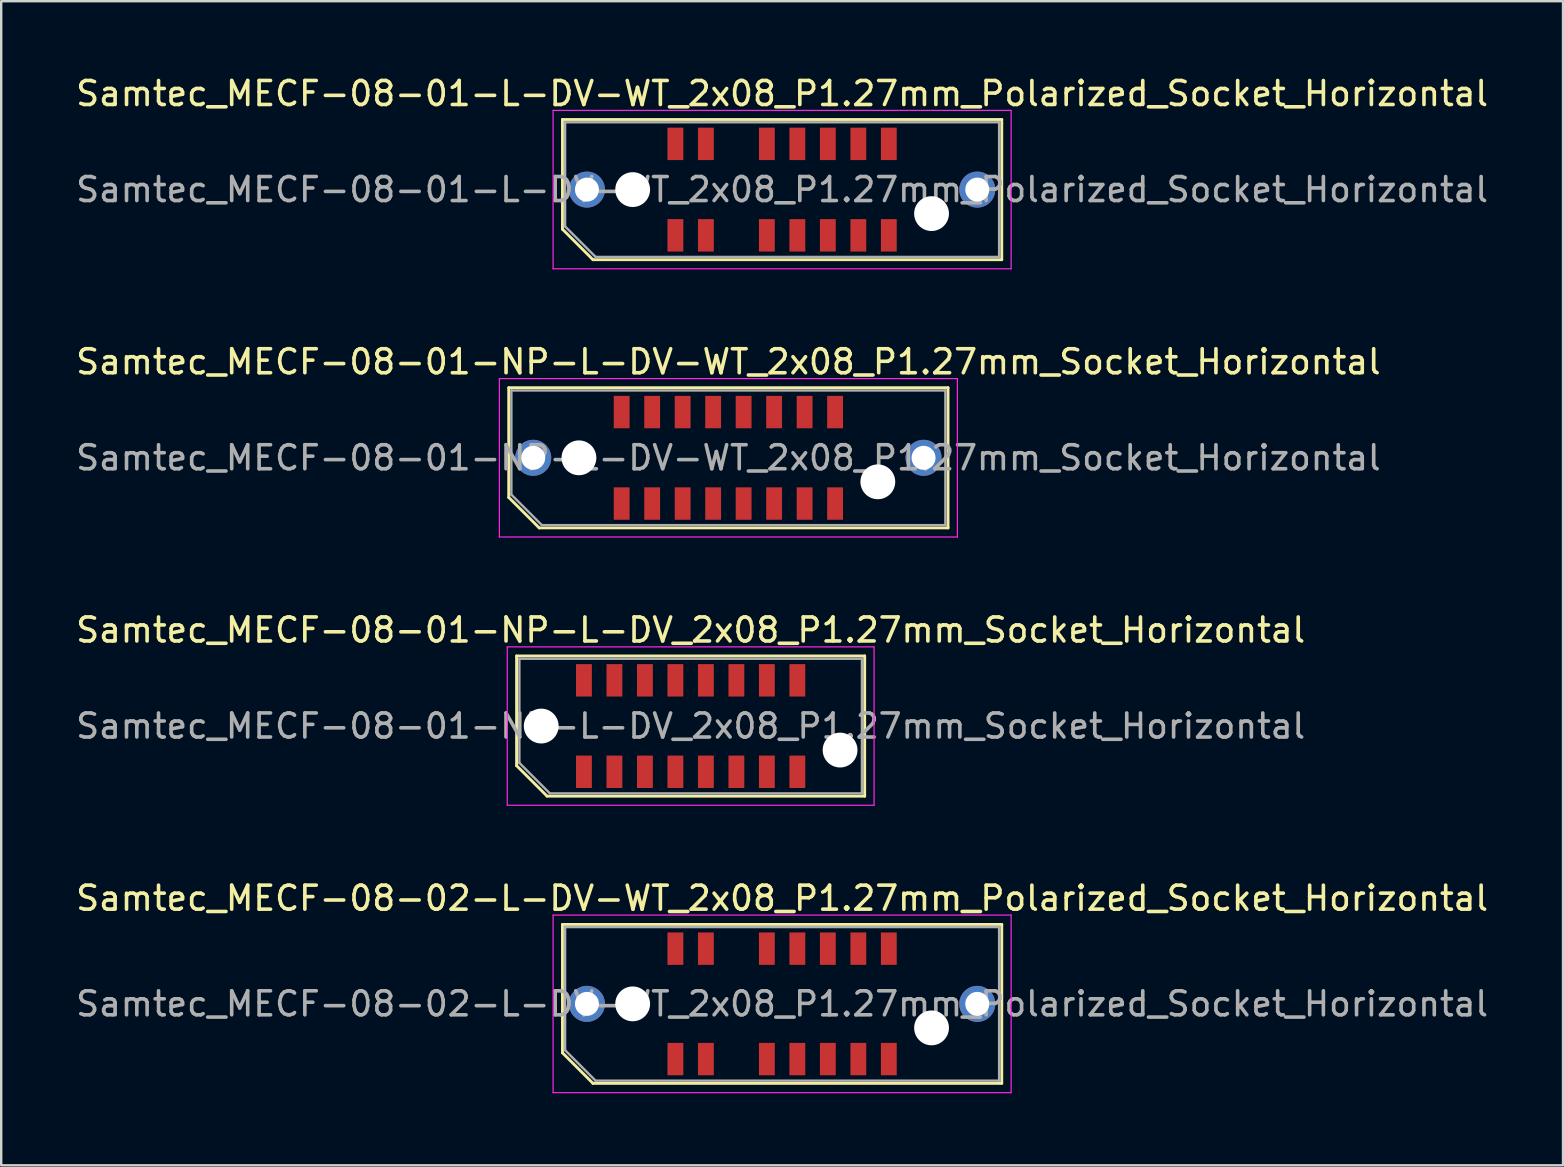
<source format=kicad_pcb>
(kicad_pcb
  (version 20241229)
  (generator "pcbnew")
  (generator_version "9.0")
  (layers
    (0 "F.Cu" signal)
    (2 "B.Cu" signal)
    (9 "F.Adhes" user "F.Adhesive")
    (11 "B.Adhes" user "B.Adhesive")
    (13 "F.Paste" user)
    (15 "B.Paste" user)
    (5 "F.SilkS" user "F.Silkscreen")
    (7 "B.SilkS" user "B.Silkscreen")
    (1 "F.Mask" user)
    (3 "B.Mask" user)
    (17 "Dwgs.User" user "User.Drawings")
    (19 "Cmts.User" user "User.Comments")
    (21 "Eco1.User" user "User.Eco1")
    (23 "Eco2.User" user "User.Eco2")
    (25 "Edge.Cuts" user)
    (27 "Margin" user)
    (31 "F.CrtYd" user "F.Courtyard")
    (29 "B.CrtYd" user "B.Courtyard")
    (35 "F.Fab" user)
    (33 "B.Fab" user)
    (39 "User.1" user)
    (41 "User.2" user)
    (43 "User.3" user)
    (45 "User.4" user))
  (footprint "Samtec_MECF-08-01-NP-L-DV-WT_2x08_P1.27mm_Socket_Horizontal"
    (layer "F.Cu")
    (at 27.292 16.021)
    (property "Reference" "Samtec_MECF-08-01-NP-L-DV-WT_2x08_P1.27mm_Socket_Horizontal" (at 0 -4 0) (layer "F.SilkS") (effects (font (size 1 1) (thickness 0.15))))
    (attr smd)
    (fp_line (start -9.15 -2.92) (end 9.15 -2.92) (stroke (width 0.12) (type solid)) (layer "F.SilkS"))
    (fp_line (start -9.15 1.65) (end -9.15 -2.92) (stroke (width 0.12) (type solid)) (layer "F.SilkS"))
    (fp_line (start -7.88 2.92) (end -9.15 1.65) (stroke (width 0.12) (type solid)) (layer "F.SilkS"))
    (fp_line (start -7.88 2.92) (end 9.15 2.92) (stroke (width 0.12) (type solid)) (layer "F.SilkS"))
    (fp_line (start 9.15 2.92) (end 9.15 -2.92) (stroke (width 0.12) (type solid)) (layer "F.SilkS"))
    (fp_line (start -9.54 -3.3) (end -9.54 3.3) (stroke (width 0.05) (type solid)) (layer "F.CrtYd"))
    (fp_line (start -9.54 3.3) (end 9.54 3.3) (stroke (width 0.05) (type solid)) (layer "F.CrtYd"))
    (fp_line (start 9.54 -3.3) (end -9.54 -3.3) (stroke (width 0.05) (type solid)) (layer "F.CrtYd"))
    (fp_line (start 9.54 3.3) (end 9.54 -3.3) (stroke (width 0.05) (type solid)) (layer "F.CrtYd"))
    (fp_line (start -9.04 -2.805) (end 9.04 -2.805) (stroke (width 0.1) (type solid)) (layer "F.Fab"))
    (fp_line (start -9.04 1.535) (end -9.04 -2.805) (stroke (width 0.1) (type solid)) (layer "F.Fab"))
    (fp_line (start -9.04 1.535) (end -7.77 2.805) (stroke (width 0.1) (type solid)) (layer "F.Fab"))
    (fp_line (start -7.77 2.805) (end 9.04 2.805) (stroke (width 0.1) (type solid)) (layer "F.Fab"))
    (fp_line (start 9.04 2.805) (end 9.04 -2.805) (stroke (width 0.1) (type solid)) (layer "F.Fab"))
    (fp_text user "${REFERENCE}" (at 0 0 0) (layer "F.Fab") (effects (font (size 1 1) (thickness 0.15))))
    (pad "" thru_hole circle (at -8.13 0) (size 1.5 1.5) (drill 1) (layers "*.Cu" "*.Mask"))
    (pad "" np_thru_hole circle (at -6.225 0) (size 1.45 1.45) (drill 1.45) (layers "*.Cu" "*.Mask"))
    (pad "" np_thru_hole circle (at 6.225 1) (size 1.45 1.45) (drill 1.45) (layers "*.Cu" "*.Mask"))
    (pad "" thru_hole circle (at 8.13 0) (size 1.5 1.5) (drill 1) (layers "*.Cu" "*.Mask"))
    (pad "1" smd rect (at -4.445 1.905) (size 0.66 1.35) (layers "F.Cu" "F.Mask" "F.Paste"))
    (pad "2" smd rect (at -4.445 -1.905) (size 0.66 1.35) (layers "F.Cu" "F.Mask" "F.Paste"))
    (pad "3" smd rect (at -3.175 1.905) (size 0.66 1.35) (layers "F.Cu" "F.Mask" "F.Paste"))
    (pad "4" smd rect (at -3.175 -1.905) (size 0.66 1.35) (layers "F.Cu" "F.Mask" "F.Paste"))
    (pad "5" smd rect (at -1.905 1.905) (size 0.66 1.35) (layers "F.Cu" "F.Mask" "F.Paste"))
    (pad "6" smd rect (at -1.905 -1.905) (size 0.66 1.35) (layers "F.Cu" "F.Mask" "F.Paste"))
    (pad "7" smd rect (at -0.635 1.905) (size 0.66 1.35) (layers "F.Cu" "F.Mask" "F.Paste"))
    (pad "8" smd rect (at -0.635 -1.905) (size 0.66 1.35) (layers "F.Cu" "F.Mask" "F.Paste"))
    (pad "9" smd rect (at 0.635 1.905) (size 0.66 1.35) (layers "F.Cu" "F.Mask" "F.Paste"))
    (pad "10" smd rect (at 0.635 -1.905) (size 0.66 1.35) (layers "F.Cu" "F.Mask" "F.Paste"))
    (pad "11" smd rect (at 1.905 1.905) (size 0.66 1.35) (layers "F.Cu" "F.Mask" "F.Paste"))
    (pad "12" smd rect (at 1.905 -1.905) (size 0.66 1.35) (layers "F.Cu" "F.Mask" "F.Paste"))
    (pad "13" smd rect (at 3.175 1.905) (size 0.66 1.35) (layers "F.Cu" "F.Mask" "F.Paste"))
    (pad "14" smd rect (at 3.175 -1.905) (size 0.66 1.35) (layers "F.Cu" "F.Mask" "F.Paste"))
    (pad "15" smd rect (at 4.445 1.905) (size 0.66 1.35) (layers "F.Cu" "F.Mask" "F.Paste"))
    (pad "16" smd rect (at 4.445 -1.905) (size 0.66 1.35) (layers "F.Cu" "F.Mask" "F.Paste")))
  (footprint "Samtec_MECF-08-02-L-DV-WT_2x08_P1.27mm_Polarized_Socket_Horizontal"
    (layer "F.Cu")
    (at 29.53 38.768)
    (property "Reference" "Samtec_MECF-08-02-L-DV-WT_2x08_P1.27mm_Polarized_Socket_Horizontal" (at 0 -4.4 0) (layer "F.SilkS") (effects (font (size 1 1) (thickness 0.15))))
    (attr smd)
    (fp_line (start -9.15 -3.31) (end 9.15 -3.31) (stroke (width 0.12) (type solid)) (layer "F.SilkS"))
    (fp_line (start -9.15 2.04) (end -9.15 -3.31) (stroke (width 0.12) (type solid)) (layer "F.SilkS"))
    (fp_line (start -7.88 3.31) (end -9.15 2.04) (stroke (width 0.12) (type solid)) (layer "F.SilkS"))
    (fp_line (start -7.88 3.31) (end 9.15 3.31) (stroke (width 0.12) (type solid)) (layer "F.SilkS"))
    (fp_line (start 9.15 3.31) (end 9.15 -3.31) (stroke (width 0.12) (type solid)) (layer "F.SilkS"))
    (fp_line (start -9.54 -3.7) (end -9.54 3.7) (stroke (width 0.05) (type solid)) (layer "F.CrtYd"))
    (fp_line (start -9.54 3.7) (end 9.54 3.7) (stroke (width 0.05) (type solid)) (layer "F.CrtYd"))
    (fp_line (start 9.54 -3.7) (end -9.54 -3.7) (stroke (width 0.05) (type solid)) (layer "F.CrtYd"))
    (fp_line (start 9.54 3.7) (end 9.54 -3.7) (stroke (width 0.05) (type solid)) (layer "F.CrtYd"))
    (fp_line (start -9.04 -3.2) (end 9.04 -3.2) (stroke (width 0.1) (type solid)) (layer "F.Fab"))
    (fp_line (start -9.04 1.93) (end -9.04 -3.2) (stroke (width 0.1) (type solid)) (layer "F.Fab"))
    (fp_line (start -9.04 1.93) (end -7.77 3.2) (stroke (width 0.1) (type solid)) (layer "F.Fab"))
    (fp_line (start -7.77 3.2) (end 9.04 3.2) (stroke (width 0.1) (type solid)) (layer "F.Fab"))
    (fp_line (start 9.04 3.2) (end 9.04 -3.2) (stroke (width 0.1) (type solid)) (layer "F.Fab"))
    (fp_text user "${REFERENCE}" (at 0 0 0) (layer "F.Fab") (effects (font (size 1 1) (thickness 0.15))))
    (pad "" thru_hole circle (at -8.13 0) (size 1.5 1.5) (drill 1) (layers "*.Cu" "*.Mask"))
    (pad "" np_thru_hole circle (at -6.225 0) (size 1.45 1.45) (drill 1.45) (layers "*.Cu" "*.Mask"))
    (pad "" np_thru_hole circle (at 6.225 1) (size 1.45 1.45) (drill 1.45) (layers "*.Cu" "*.Mask"))
    (pad "" thru_hole circle (at 8.13 0) (size 1.5 1.5) (drill 1) (layers "*.Cu" "*.Mask"))
    (pad "1" smd rect (at -4.445 2.3) (size 0.66 1.35) (layers "F.Cu" "F.Mask" "F.Paste"))
    (pad "2" smd rect (at -4.445 -2.3) (size 0.66 1.35) (layers "F.Cu" "F.Mask" "F.Paste"))
    (pad "3" smd rect (at -3.175 2.3) (size 0.66 1.35) (layers "F.Cu" "F.Mask" "F.Paste"))
    (pad "4" smd rect (at -3.175 -2.3) (size 0.66 1.35) (layers "F.Cu" "F.Mask" "F.Paste"))
    (pad "7" smd rect (at -0.635 2.3) (size 0.66 1.35) (layers "F.Cu" "F.Mask" "F.Paste"))
    (pad "8" smd rect (at -0.635 -2.3) (size 0.66 1.35) (layers "F.Cu" "F.Mask" "F.Paste"))
    (pad "9" smd rect (at 0.635 2.3) (size 0.66 1.35) (layers "F.Cu" "F.Mask" "F.Paste"))
    (pad "10" smd rect (at 0.635 -2.3) (size 0.66 1.35) (layers "F.Cu" "F.Mask" "F.Paste"))
    (pad "11" smd rect (at 1.905 2.3) (size 0.66 1.35) (layers "F.Cu" "F.Mask" "F.Paste"))
    (pad "12" smd rect (at 1.905 -2.3) (size 0.66 1.35) (layers "F.Cu" "F.Mask" "F.Paste"))
    (pad "13" smd rect (at 3.175 2.3) (size 0.66 1.35) (layers "F.Cu" "F.Mask" "F.Paste"))
    (pad "14" smd rect (at 3.175 -2.3) (size 0.66 1.35) (layers "F.Cu" "F.Mask" "F.Paste"))
    (pad "15" smd rect (at 4.445 2.3) (size 0.66 1.35) (layers "F.Cu" "F.Mask" "F.Paste"))
    (pad "16" smd rect (at 4.445 -2.3) (size 0.66 1.35) (layers "F.Cu" "F.Mask" "F.Paste")))
  (footprint "Samtec_MECF-08-01-L-DV-WT_2x08_P1.27mm_Polarized_Socket_Horizontal"
    (layer "F.Cu")
    (at 29.53 4.848)
    (property "Reference" "Samtec_MECF-08-01-L-DV-WT_2x08_P1.27mm_Polarized_Socket_Horizontal" (at 0 -4 0) (layer "F.SilkS") (effects (font (size 1 1) (thickness 0.15))))
    (attr smd)
    (fp_line (start -9.15 -2.92) (end 9.15 -2.92) (stroke (width 0.12) (type solid)) (layer "F.SilkS"))
    (fp_line (start -9.15 1.65) (end -9.15 -2.92) (stroke (width 0.12) (type solid)) (layer "F.SilkS"))
    (fp_line (start -7.88 2.92) (end -9.15 1.65) (stroke (width 0.12) (type solid)) (layer "F.SilkS"))
    (fp_line (start -7.88 2.92) (end 9.15 2.92) (stroke (width 0.12) (type solid)) (layer "F.SilkS"))
    (fp_line (start 9.15 2.92) (end 9.15 -2.92) (stroke (width 0.12) (type solid)) (layer "F.SilkS"))
    (fp_line (start -9.54 -3.3) (end -9.54 3.3) (stroke (width 0.05) (type solid)) (layer "F.CrtYd"))
    (fp_line (start -9.54 3.3) (end 9.54 3.3) (stroke (width 0.05) (type solid)) (layer "F.CrtYd"))
    (fp_line (start 9.54 -3.3) (end -9.54 -3.3) (stroke (width 0.05) (type solid)) (layer "F.CrtYd"))
    (fp_line (start 9.54 3.3) (end 9.54 -3.3) (stroke (width 0.05) (type solid)) (layer "F.CrtYd"))
    (fp_line (start -9.04 -2.805) (end 9.04 -2.805) (stroke (width 0.1) (type solid)) (layer "F.Fab"))
    (fp_line (start -9.04 1.535) (end -9.04 -2.805) (stroke (width 0.1) (type solid)) (layer "F.Fab"))
    (fp_line (start -9.04 1.535) (end -7.77 2.805) (stroke (width 0.1) (type solid)) (layer "F.Fab"))
    (fp_line (start -7.77 2.805) (end 9.04 2.805) (stroke (width 0.1) (type solid)) (layer "F.Fab"))
    (fp_line (start 9.04 2.805) (end 9.04 -2.805) (stroke (width 0.1) (type solid)) (layer "F.Fab"))
    (fp_text user "${REFERENCE}" (at 0 0 0) (layer "F.Fab") (effects (font (size 1 1) (thickness 0.15))))
    (pad "" thru_hole circle (at -8.13 0) (size 1.5 1.5) (drill 1) (layers "*.Cu" "*.Mask"))
    (pad "" np_thru_hole circle (at -6.225 0) (size 1.45 1.45) (drill 1.45) (layers "*.Cu" "*.Mask"))
    (pad "" np_thru_hole circle (at 6.225 1) (size 1.45 1.45) (drill 1.45) (layers "*.Cu" "*.Mask"))
    (pad "" thru_hole circle (at 8.13 0) (size 1.5 1.5) (drill 1) (layers "*.Cu" "*.Mask"))
    (pad "1" smd rect (at -4.445 1.905) (size 0.66 1.35) (layers "F.Cu" "F.Mask" "F.Paste"))
    (pad "2" smd rect (at -4.445 -1.905) (size 0.66 1.35) (layers "F.Cu" "F.Mask" "F.Paste"))
    (pad "3" smd rect (at -3.175 1.905) (size 0.66 1.35) (layers "F.Cu" "F.Mask" "F.Paste"))
    (pad "4" smd rect (at -3.175 -1.905) (size 0.66 1.35) (layers "F.Cu" "F.Mask" "F.Paste"))
    (pad "7" smd rect (at -0.635 1.905) (size 0.66 1.35) (layers "F.Cu" "F.Mask" "F.Paste"))
    (pad "8" smd rect (at -0.635 -1.905) (size 0.66 1.35) (layers "F.Cu" "F.Mask" "F.Paste"))
    (pad "9" smd rect (at 0.635 1.905) (size 0.66 1.35) (layers "F.Cu" "F.Mask" "F.Paste"))
    (pad "10" smd rect (at 0.635 -1.905) (size 0.66 1.35) (layers "F.Cu" "F.Mask" "F.Paste"))
    (pad "11" smd rect (at 1.905 1.905) (size 0.66 1.35) (layers "F.Cu" "F.Mask" "F.Paste"))
    (pad "12" smd rect (at 1.905 -1.905) (size 0.66 1.35) (layers "F.Cu" "F.Mask" "F.Paste"))
    (pad "13" smd rect (at 3.175 1.905) (size 0.66 1.35) (layers "F.Cu" "F.Mask" "F.Paste"))
    (pad "14" smd rect (at 3.175 -1.905) (size 0.66 1.35) (layers "F.Cu" "F.Mask" "F.Paste"))
    (pad "15" smd rect (at 4.445 1.905) (size 0.66 1.35) (layers "F.Cu" "F.Mask" "F.Paste"))
    (pad "16" smd rect (at 4.445 -1.905) (size 0.66 1.35) (layers "F.Cu" "F.Mask" "F.Paste")))
  (footprint "Samtec_MECF-08-01-NP-L-DV_2x08_P1.27mm_Socket_Horizontal"
    (layer "F.Cu")
    (at 25.72 27.195)
    (property "Reference" "Samtec_MECF-08-01-NP-L-DV_2x08_P1.27mm_Socket_Horizontal" (at 0 -4 0) (layer "F.SilkS") (effects (font (size 1 1) (thickness 0.15))))
    (attr smd)
    (fp_line (start -7.25 -2.92) (end 7.25 -2.92) (stroke (width 0.12) (type solid)) (layer "F.SilkS"))
    (fp_line (start -7.25 1.65) (end -7.25 -2.92) (stroke (width 0.12) (type solid)) (layer "F.SilkS"))
    (fp_line (start -5.98 2.92) (end -7.25 1.65) (stroke (width 0.12) (type solid)) (layer "F.SilkS"))
    (fp_line (start -5.98 2.92) (end 7.25 2.92) (stroke (width 0.12) (type solid)) (layer "F.SilkS"))
    (fp_line (start 7.25 2.92) (end 7.25 -2.92) (stroke (width 0.12) (type solid)) (layer "F.SilkS"))
    (fp_line (start -7.64 -3.3) (end -7.64 3.3) (stroke (width 0.05) (type solid)) (layer "F.CrtYd"))
    (fp_line (start -7.64 3.3) (end 7.64 3.3) (stroke (width 0.05) (type solid)) (layer "F.CrtYd"))
    (fp_line (start 7.64 -3.3) (end -7.64 -3.3) (stroke (width 0.05) (type solid)) (layer "F.CrtYd"))
    (fp_line (start 7.64 3.3) (end 7.64 -3.3) (stroke (width 0.05) (type solid)) (layer "F.CrtYd"))
    (fp_line (start -7.135 -2.805) (end 7.135 -2.805) (stroke (width 0.1) (type solid)) (layer "F.Fab"))
    (fp_line (start -7.135 1.535) (end -7.135 -2.805) (stroke (width 0.1) (type solid)) (layer "F.Fab"))
    (fp_line (start -7.135 1.535) (end -5.865 2.805) (stroke (width 0.1) (type solid)) (layer "F.Fab"))
    (fp_line (start -5.865 2.805) (end 7.135 2.805) (stroke (width 0.1) (type solid)) (layer "F.Fab"))
    (fp_line (start 7.135 2.805) (end 7.135 -2.805) (stroke (width 0.1) (type solid)) (layer "F.Fab"))
    (fp_text user "${REFERENCE}" (at 0 0 0) (layer "F.Fab") (effects (font (size 1 1) (thickness 0.15))))
    (pad "" np_thru_hole circle (at -6.225 0) (size 1.45 1.45) (drill 1.45) (layers "*.Cu" "*.Mask"))
    (pad "" np_thru_hole circle (at 6.225 1) (size 1.45 1.45) (drill 1.45) (layers "*.Cu" "*.Mask"))
    (pad "1" smd rect (at -4.445 1.905) (size 0.66 1.35) (layers "F.Cu" "F.Mask" "F.Paste"))
    (pad "2" smd rect (at -4.445 -1.905) (size 0.66 1.35) (layers "F.Cu" "F.Mask" "F.Paste"))
    (pad "3" smd rect (at -3.175 1.905) (size 0.66 1.35) (layers "F.Cu" "F.Mask" "F.Paste"))
    (pad "4" smd rect (at -3.175 -1.905) (size 0.66 1.35) (layers "F.Cu" "F.Mask" "F.Paste"))
    (pad "5" smd rect (at -1.905 1.905) (size 0.66 1.35) (layers "F.Cu" "F.Mask" "F.Paste"))
    (pad "6" smd rect (at -1.905 -1.905) (size 0.66 1.35) (layers "F.Cu" "F.Mask" "F.Paste"))
    (pad "7" smd rect (at -0.635 1.905) (size 0.66 1.35) (layers "F.Cu" "F.Mask" "F.Paste"))
    (pad "8" smd rect (at -0.635 -1.905) (size 0.66 1.35) (layers "F.Cu" "F.Mask" "F.Paste"))
    (pad "9" smd rect (at 0.635 1.905) (size 0.66 1.35) (layers "F.Cu" "F.Mask" "F.Paste"))
    (pad "10" smd rect (at 0.635 -1.905) (size 0.66 1.35) (layers "F.Cu" "F.Mask" "F.Paste"))
    (pad "11" smd rect (at 1.905 1.905) (size 0.66 1.35) (layers "F.Cu" "F.Mask" "F.Paste"))
    (pad "12" smd rect (at 1.905 -1.905) (size 0.66 1.35) (layers "F.Cu" "F.Mask" "F.Paste"))
    (pad "13" smd rect (at 3.175 1.905) (size 0.66 1.35) (layers "F.Cu" "F.Mask" "F.Paste"))
    (pad "14" smd rect (at 3.175 -1.905) (size 0.66 1.35) (layers "F.Cu" "F.Mask" "F.Paste"))
    (pad "15" smd rect (at 4.445 1.905) (size 0.66 1.35) (layers "F.Cu" "F.Mask" "F.Paste"))
    (pad "16" smd rect (at 4.445 -1.905) (size 0.66 1.35) (layers "F.Cu" "F.Mask" "F.Paste")))
  (gr_rect
    (start -3 -3)
    (end 62.06 45.493)
    (stroke (width 0.1) (type default))
    (fill no)
    (layer "Edge.Cuts")))
</source>
